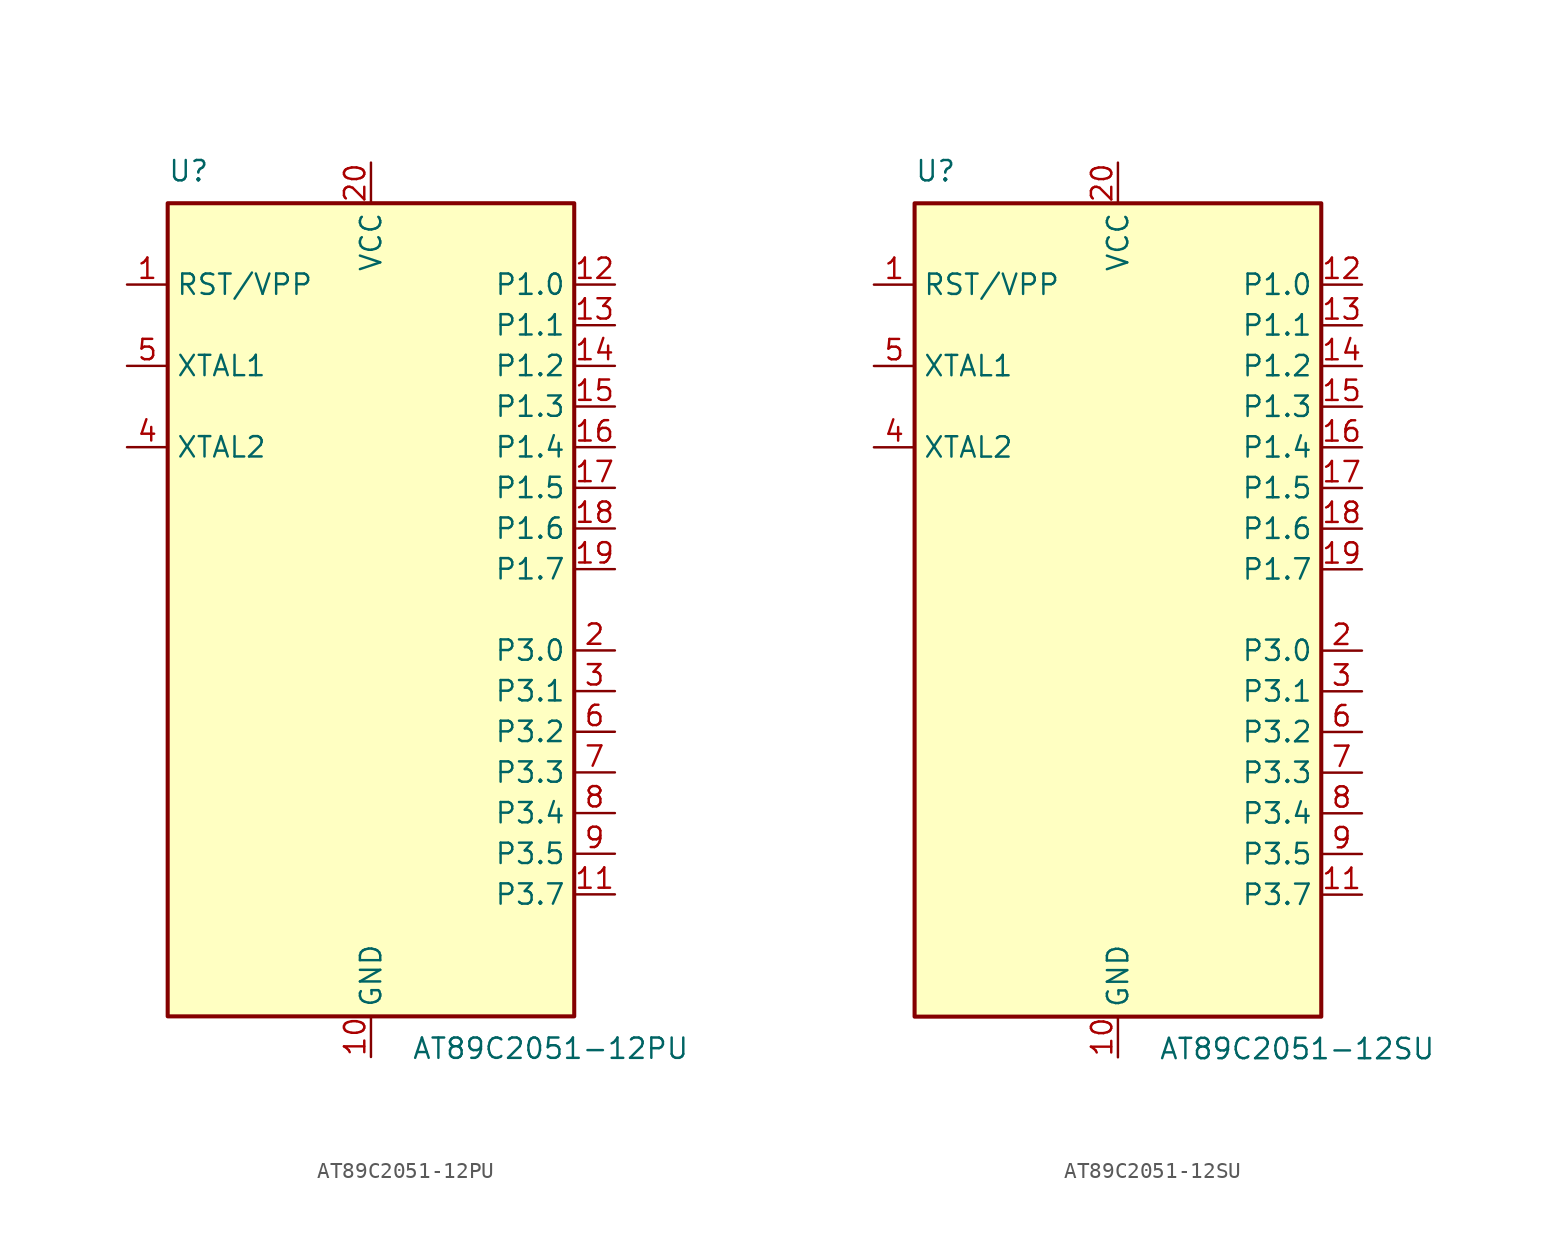
<source format=kicad_sym>
(kicad_symbol_lib
  (version 20201005)
  (generator kicad_symbol_editor)
  (symbol "AT89C2051-12PU"
    (property "Reference" "U"
      (at -12.7 26.67 0)
      (effects (font (size 1.27 1.27)) (justify left bottom)))
    (property "Value" "AT89C2051-12PU"
      (at 2.54 -26.67 0)
      (effects (font (size 1.27 1.27)) (justify left top)))
    (symbol "AT89C2051-12PU_0_1"
      (rectangle (start -12.7 -25.4) (end 12.7 25.4) (stroke (width 0.254)) (fill (type background))))
    (symbol "AT89C2051-12PU_1_1"
      (pin input line (at -15.24 20.32 0) (length 2.54) (name "RST/VPP" (effects (font (size 1.27 1.27)))) (number "1" (effects (font (size 1.27 1.27)))))
      (pin power_in line (at 0 -27.94 90) (length 2.54) (name "GND" (effects (font (size 1.27 1.27)))) (number "10" (effects (font (size 1.27 1.27)))))
      (pin bidirectional line (at 15.24 -17.78 180) (length 2.54) (name "P3.7" (effects (font (size 1.27 1.27)))) (number "11" (effects (font (size 1.27 1.27)))))
      (pin bidirectional line (at 15.24 20.32 180) (length 2.54) (name "P1.0" (effects (font (size 1.27 1.27)))) (number "12" (effects (font (size 1.27 1.27)))))
      (pin bidirectional line (at 15.24 17.78 180) (length 2.54) (name "P1.1" (effects (font (size 1.27 1.27)))) (number "13" (effects (font (size 1.27 1.27)))))
      (pin bidirectional line (at 15.24 15.24 180) (length 2.54) (name "P1.2" (effects (font (size 1.27 1.27)))) (number "14" (effects (font (size 1.27 1.27)))))
      (pin bidirectional line (at 15.24 12.7 180) (length 2.54) (name "P1.3" (effects (font (size 1.27 1.27)))) (number "15" (effects (font (size 1.27 1.27)))))
      (pin bidirectional line (at 15.24 10.16 180) (length 2.54) (name "P1.4" (effects (font (size 1.27 1.27)))) (number "16" (effects (font (size 1.27 1.27)))))
      (pin bidirectional line (at 15.24 7.62 180) (length 2.54) (name "P1.5" (effects (font (size 1.27 1.27)))) (number "17" (effects (font (size 1.27 1.27)))))
      (pin bidirectional line (at 15.24 5.08 180) (length 2.54) (name "P1.6" (effects (font (size 1.27 1.27)))) (number "18" (effects (font (size 1.27 1.27)))))
      (pin bidirectional line (at 15.24 2.54 180) (length 2.54) (name "P1.7" (effects (font (size 1.27 1.27)))) (number "19" (effects (font (size 1.27 1.27)))))
      (pin bidirectional line (at 15.24 -2.54 180) (length 2.54) (name "P3.0" (effects (font (size 1.27 1.27)))) (number "2" (effects (font (size 1.27 1.27)))))
      (pin power_in line (at 0 27.94 270) (length 2.54) (name "VCC" (effects (font (size 1.27 1.27)))) (number "20" (effects (font (size 1.27 1.27)))))
      (pin bidirectional line (at 15.24 -5.08 180) (length 2.54) (name "P3.1" (effects (font (size 1.27 1.27)))) (number "3" (effects (font (size 1.27 1.27)))))
      (pin output line (at -15.24 10.16 0) (length 2.54) (name "XTAL2" (effects (font (size 1.27 1.27)))) (number "4" (effects (font (size 1.27 1.27)))))
      (pin input line (at -15.24 15.24 0) (length 2.54) (name "XTAL1" (effects (font (size 1.27 1.27)))) (number "5" (effects (font (size 1.27 1.27)))))
      (pin bidirectional line (at 15.24 -7.62 180) (length 2.54) (name "P3.2" (effects (font (size 1.27 1.27)))) (number "6" (effects (font (size 1.27 1.27)))))
      (pin bidirectional line (at 15.24 -10.16 180) (length 2.54) (name "P3.3" (effects (font (size 1.27 1.27)))) (number "7" (effects (font (size 1.27 1.27)))))
      (pin bidirectional line (at 15.24 -12.7 180) (length 2.54) (name "P3.4" (effects (font (size 1.27 1.27)))) (number "8" (effects (font (size 1.27 1.27)))))
      (pin bidirectional line (at 15.24 -15.24 180) (length 2.54) (name "P3.5" (effects (font (size 1.27 1.27)))) (number "9" (effects (font (size 1.27 1.27)))))))
  (symbol "AT89C2051-12SU"
    (property "Reference" "U"
      (at -12.7 26.67 0)
      (effects (font (size 1.27 1.27)) (justify left bottom)))
    (property "Value" "AT89C2051-12SU"
      (at 2.54 -26.67 0)
      (effects (font (size 1.27 1.27)) (justify left top)))
    (symbol "AT89C2051-12SU_0_1"
      (rectangle (start -12.7 -25.4) (end 12.7 25.4) (stroke (width 0.254)) (fill (type background))))
    (symbol "AT89C2051-12SU_1_1"
      (pin input line (at -15.24 20.32 0) (length 2.54) (name "RST/VPP" (effects (font (size 1.27 1.27)))) (number "1" (effects (font (size 1.27 1.27)))))
      (pin power_in line (at 0 -27.94 90) (length 2.54) (name "GND" (effects (font (size 1.27 1.27)))) (number "10" (effects (font (size 1.27 1.27)))))
      (pin bidirectional line (at 15.24 -17.78 180) (length 2.54) (name "P3.7" (effects (font (size 1.27 1.27)))) (number "11" (effects (font (size 1.27 1.27)))))
      (pin bidirectional line (at 15.24 20.32 180) (length 2.54) (name "P1.0" (effects (font (size 1.27 1.27)))) (number "12" (effects (font (size 1.27 1.27)))))
      (pin bidirectional line (at 15.24 17.78 180) (length 2.54) (name "P1.1" (effects (font (size 1.27 1.27)))) (number "13" (effects (font (size 1.27 1.27)))))
      (pin bidirectional line (at 15.24 15.24 180) (length 2.54) (name "P1.2" (effects (font (size 1.27 1.27)))) (number "14" (effects (font (size 1.27 1.27)))))
      (pin bidirectional line (at 15.24 12.7 180) (length 2.54) (name "P1.3" (effects (font (size 1.27 1.27)))) (number "15" (effects (font (size 1.27 1.27)))))
      (pin bidirectional line (at 15.24 10.16 180) (length 2.54) (name "P1.4" (effects (font (size 1.27 1.27)))) (number "16" (effects (font (size 1.27 1.27)))))
      (pin bidirectional line (at 15.24 7.62 180) (length 2.54) (name "P1.5" (effects (font (size 1.27 1.27)))) (number "17" (effects (font (size 1.27 1.27)))))
      (pin bidirectional line (at 15.24 5.08 180) (length 2.54) (name "P1.6" (effects (font (size 1.27 1.27)))) (number "18" (effects (font (size 1.27 1.27)))))
      (pin bidirectional line (at 15.24 2.54 180) (length 2.54) (name "P1.7" (effects (font (size 1.27 1.27)))) (number "19" (effects (font (size 1.27 1.27)))))
      (pin bidirectional line (at 15.24 -2.54 180) (length 2.54) (name "P3.0" (effects (font (size 1.27 1.27)))) (number "2" (effects (font (size 1.27 1.27)))))
      (pin power_in line (at 0 27.94 270) (length 2.54) (name "VCC" (effects (font (size 1.27 1.27)))) (number "20" (effects (font (size 1.27 1.27)))))
      (pin bidirectional line (at 15.24 -5.08 180) (length 2.54) (name "P3.1" (effects (font (size 1.27 1.27)))) (number "3" (effects (font (size 1.27 1.27)))))
      (pin output line (at -15.24 10.16 0) (length 2.54) (name "XTAL2" (effects (font (size 1.27 1.27)))) (number "4" (effects (font (size 1.27 1.27)))))
      (pin input line (at -15.24 15.24 0) (length 2.54) (name "XTAL1" (effects (font (size 1.27 1.27)))) (number "5" (effects (font (size 1.27 1.27)))))
      (pin bidirectional line (at 15.24 -7.62 180) (length 2.54) (name "P3.2" (effects (font (size 1.27 1.27)))) (number "6" (effects (font (size 1.27 1.27)))))
      (pin bidirectional line (at 15.24 -10.16 180) (length 2.54) (name "P3.3" (effects (font (size 1.27 1.27)))) (number "7" (effects (font (size 1.27 1.27)))))
      (pin bidirectional line (at 15.24 -12.7 180) (length 2.54) (name "P3.4" (effects (font (size 1.27 1.27)))) (number "8" (effects (font (size 1.27 1.27)))))
      (pin bidirectional line (at 15.24 -15.24 180) (length 2.54) (name "P3.5" (effects (font (size 1.27 1.27)))) (number "9" (effects (font (size 1.27 1.27))))))))
</source>
